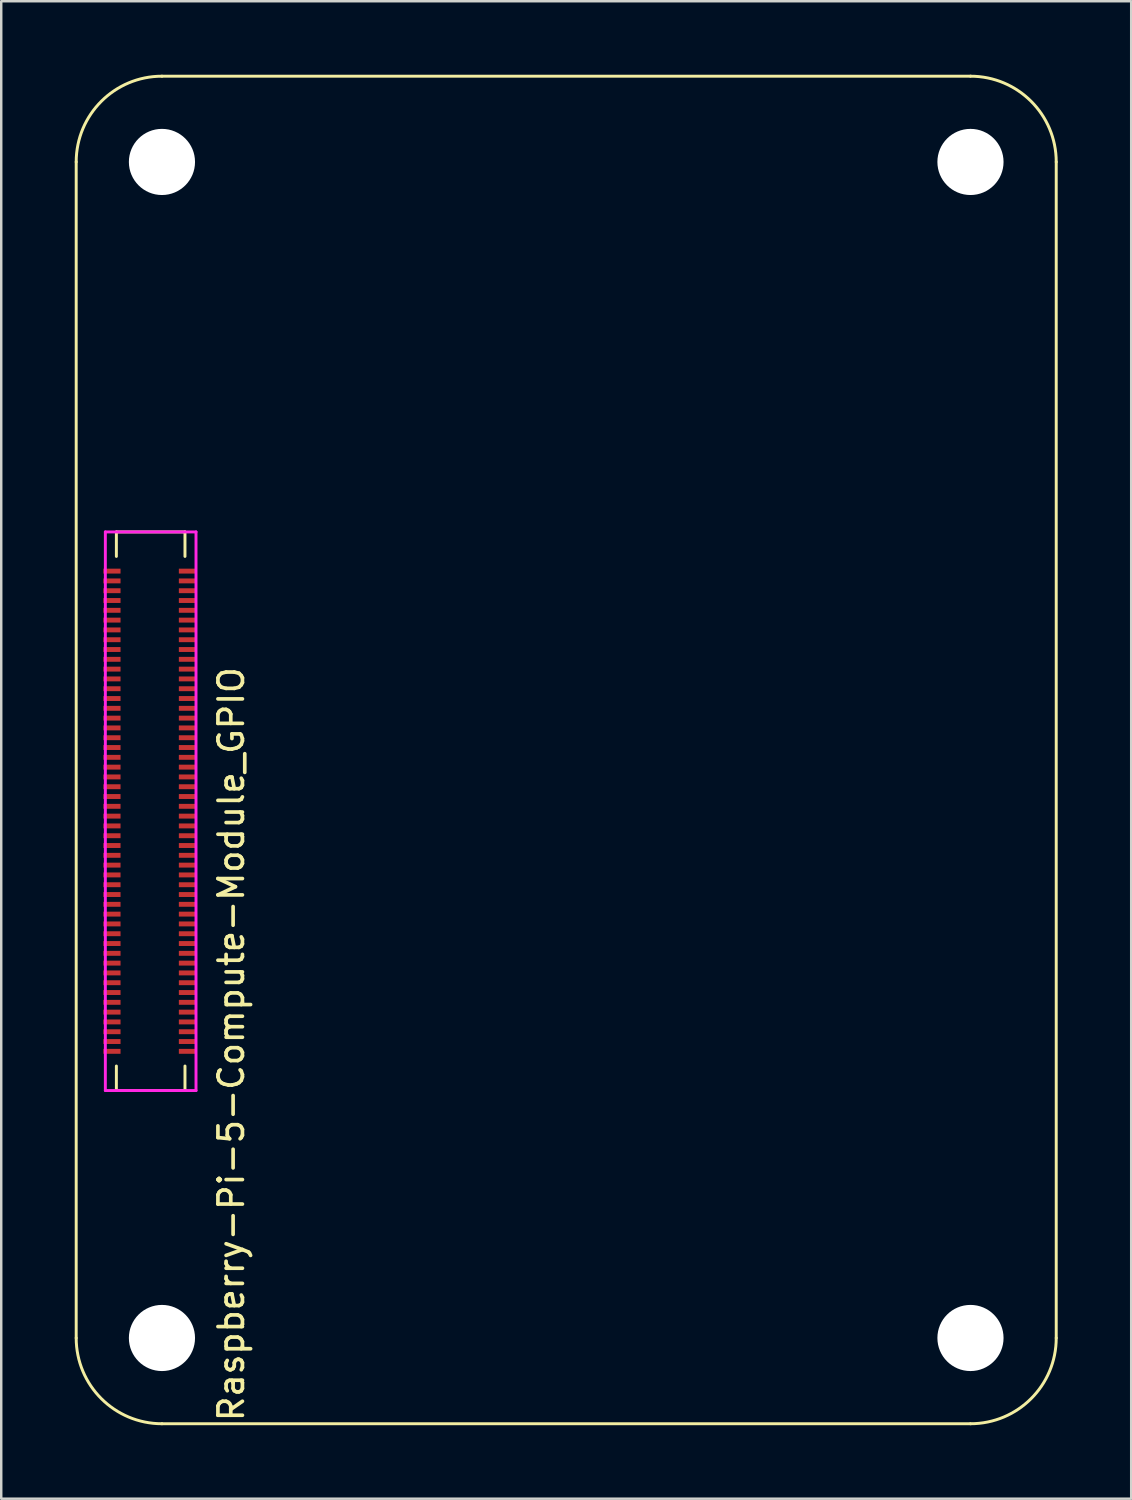
<source format=kicad_pcb>
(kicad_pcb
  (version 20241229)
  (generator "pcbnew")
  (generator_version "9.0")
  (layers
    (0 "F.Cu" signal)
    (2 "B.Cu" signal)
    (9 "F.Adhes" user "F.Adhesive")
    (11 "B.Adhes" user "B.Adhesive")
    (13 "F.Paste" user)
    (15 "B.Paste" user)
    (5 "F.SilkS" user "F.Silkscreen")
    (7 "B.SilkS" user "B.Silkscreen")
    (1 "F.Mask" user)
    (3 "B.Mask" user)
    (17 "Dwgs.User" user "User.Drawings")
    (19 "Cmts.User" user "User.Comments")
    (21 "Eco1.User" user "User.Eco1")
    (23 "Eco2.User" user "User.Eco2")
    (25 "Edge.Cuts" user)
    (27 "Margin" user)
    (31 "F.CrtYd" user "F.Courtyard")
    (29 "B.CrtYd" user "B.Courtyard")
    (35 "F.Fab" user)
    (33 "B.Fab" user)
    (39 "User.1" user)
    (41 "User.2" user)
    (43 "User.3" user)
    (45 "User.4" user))
  (footprint "Raspberry-Pi-5-Compute-Module_GPIO"
    (layer "F.Cu")
    (at 3.56 51.56)
    (property "Reference" "Raspberry-Pi-5-Compute-Module_GPIO" (at 2.83 -11.99 270) (layer "F.SilkS") (effects (font (size 1 1) (thickness 0.15))))
    (attr smd)
    (fp_line (start -3.5 -48) (end -3.5 0) (stroke (width 0.12) (type solid)) (layer "F.SilkS"))
    (fp_line (start -1.86 -32.9) (end -1.86 -31.9) (stroke (width 0.12) (type solid)) (layer "F.SilkS"))
    (fp_line (start -1.86 -32.9) (end 0.94 -32.9) (stroke (width 0.12) (type solid)) (layer "F.SilkS"))
    (fp_line (start -1.86 -10.1) (end -1.86 -11.1) (stroke (width 0.12) (type solid)) (layer "F.SilkS"))
    (fp_line (start -1.86 -10.1) (end 0.94 -10.1) (stroke (width 0.12) (type solid)) (layer "F.SilkS"))
    (fp_line (start 0 3.5) (end 33 3.5) (stroke (width 0.12) (type solid)) (layer "F.SilkS"))
    (fp_line (start 0.94 -32.9) (end 0.94 -31.9) (stroke (width 0.12) (type solid)) (layer "F.SilkS"))
    (fp_line (start 0.94 -10.1) (end 0.94 -11.1) (stroke (width 0.12) (type solid)) (layer "F.SilkS"))
    (fp_line (start 33 -51.5) (end 0 -51.5) (stroke (width 0.12) (type solid)) (layer "F.SilkS"))
    (fp_line (start 36.5 0) (end 36.5 -48) (stroke (width 0.12) (type solid)) (layer "F.SilkS"))
    (fp_arc (start -3.5 -48) (mid -2.474874 -50.474874) (end 0 -51.5) (stroke (width 0.12) (type solid)) (layer "F.SilkS"))
    (fp_arc (start 0 3.5) (mid -2.474874 2.474874) (end -3.5 0) (stroke (width 0.12) (type solid)) (layer "F.SilkS"))
    (fp_arc (start 33 -51.5) (mid 35.474874 -50.474874) (end 36.5 -48) (stroke (width 0.12) (type solid)) (layer "F.SilkS"))
    (fp_arc (start 36.5 0) (mid 35.474874 2.474874) (end 33 3.5) (stroke (width 0.12) (type solid)) (layer "F.SilkS"))
    (fp_line (start -2.31 -32.9) (end 1.39 -32.9) (stroke (width 0.12) (type solid)) (layer "F.CrtYd"))
    (fp_line (start -2.31 -10.1) (end -2.31 -32.9) (stroke (width 0.12) (type solid)) (layer "F.CrtYd"))
    (fp_line (start 1.39 -32.9) (end 1.39 -10.1) (stroke (width 0.12) (type solid)) (layer "F.CrtYd"))
    (fp_line (start 1.39 -10.1) (end -2.31 -10.1) (stroke (width 0.12) (type solid)) (layer "F.CrtYd"))
    (pad "" np_thru_hole circle (at 0 -48) (size 2.7 2.7) (drill 2.7) (layers "*.Cu" "*.Mask"))
    (pad "" np_thru_hole circle (at 0 0) (size 2.7 2.7) (drill 2.7) (layers "*.Cu" "*.Mask"))
    (pad "" np_thru_hole circle (at 33 -48) (size 2.7 2.7) (drill 2.7) (layers "*.Cu" "*.Mask"))
    (pad "" np_thru_hole circle (at 33 0) (size 2.7 2.7) (drill 2.7) (layers "*.Cu" "*.Mask"))
    (pad "1" smd rect (at -2.04 -31.3 270) (size 0.2 0.7) (layers "F.Cu" "F.Mask" "F.Paste"))
    (pad "2" smd rect (at 1.04 -31.3 270) (size 0.2 0.7) (layers "F.Cu" "F.Mask" "F.Paste"))
    (pad "3" smd rect (at -2.04 -30.9 270) (size 0.2 0.7) (layers "F.Cu" "F.Mask" "F.Paste"))
    (pad "4" smd rect (at 1.04 -30.9 270) (size 0.2 0.7) (layers "F.Cu" "F.Mask" "F.Paste"))
    (pad "5" smd rect (at -2.04 -30.5 270) (size 0.2 0.7) (layers "F.Cu" "F.Mask" "F.Paste"))
    (pad "6" smd rect (at 1.04 -30.5 270) (size 0.2 0.7) (layers "F.Cu" "F.Mask" "F.Paste"))
    (pad "7" smd rect (at -2.04 -30.1 270) (size 0.2 0.7) (layers "F.Cu" "F.Mask" "F.Paste"))
    (pad "8" smd rect (at 1.04 -30.1 270) (size 0.2 0.7) (layers "F.Cu" "F.Mask" "F.Paste"))
    (pad "9" smd rect (at -2.04 -29.7 270) (size 0.2 0.7) (layers "F.Cu" "F.Mask" "F.Paste"))
    (pad "10" smd rect (at 1.04 -29.7 270) (size 0.2 0.7) (layers "F.Cu" "F.Mask" "F.Paste"))
    (pad "11" smd rect (at -2.04 -29.3 270) (size 0.2 0.7) (layers "F.Cu" "F.Mask" "F.Paste"))
    (pad "12" smd rect (at 1.04 -29.3 270) (size 0.2 0.7) (layers "F.Cu" "F.Mask" "F.Paste"))
    (pad "13" smd rect (at -2.04 -28.9 270) (size 0.2 0.7) (layers "F.Cu" "F.Mask" "F.Paste"))
    (pad "14" smd rect (at 1.04 -28.9 270) (size 0.2 0.7) (layers "F.Cu" "F.Mask" "F.Paste"))
    (pad "15" smd rect (at -2.04 -28.5 270) (size 0.2 0.7) (layers "F.Cu" "F.Mask" "F.Paste"))
    (pad "16" smd rect (at 1.04 -28.5 270) (size 0.2 0.7) (layers "F.Cu" "F.Mask" "F.Paste"))
    (pad "17" smd rect (at -2.04 -28.1 270) (size 0.2 0.7) (layers "F.Cu" "F.Mask" "F.Paste"))
    (pad "18" smd rect (at 1.04 -28.1 270) (size 0.2 0.7) (layers "F.Cu" "F.Mask" "F.Paste"))
    (pad "19" smd rect (at -2.04 -27.7 270) (size 0.2 0.7) (layers "F.Cu" "F.Mask" "F.Paste"))
    (pad "20" smd rect (at 1.04 -27.7 270) (size 0.2 0.7) (layers "F.Cu" "F.Mask" "F.Paste"))
    (pad "21" smd rect (at -2.04 -27.3 270) (size 0.2 0.7) (layers "F.Cu" "F.Mask" "F.Paste"))
    (pad "22" smd rect (at 1.04 -27.3 270) (size 0.2 0.7) (layers "F.Cu" "F.Mask" "F.Paste"))
    (pad "23" smd rect (at -2.04 -26.9 270) (size 0.2 0.7) (layers "F.Cu" "F.Mask" "F.Paste"))
    (pad "24" smd rect (at 1.04 -26.9 270) (size 0.2 0.7) (layers "F.Cu" "F.Mask" "F.Paste"))
    (pad "25" smd rect (at -2.04 -26.5 270) (size 0.2 0.7) (layers "F.Cu" "F.Mask" "F.Paste"))
    (pad "26" smd rect (at 1.04 -26.5 270) (size 0.2 0.7) (layers "F.Cu" "F.Mask" "F.Paste"))
    (pad "27" smd rect (at -2.04 -26.1 270) (size 0.2 0.7) (layers "F.Cu" "F.Mask" "F.Paste"))
    (pad "28" smd rect (at 1.04 -26.1 270) (size 0.2 0.7) (layers "F.Cu" "F.Mask" "F.Paste"))
    (pad "29" smd rect (at -2.04 -25.7 270) (size 0.2 0.7) (layers "F.Cu" "F.Mask" "F.Paste"))
    (pad "30" smd rect (at 1.04 -25.7 270) (size 0.2 0.7) (layers "F.Cu" "F.Mask" "F.Paste"))
    (pad "31" smd rect (at -2.04 -25.3 270) (size 0.2 0.7) (layers "F.Cu" "F.Mask" "F.Paste"))
    (pad "32" smd rect (at 1.04 -25.3 270) (size 0.2 0.7) (layers "F.Cu" "F.Mask" "F.Paste"))
    (pad "33" smd rect (at -2.04 -24.9 270) (size 0.2 0.7) (layers "F.Cu" "F.Mask" "F.Paste"))
    (pad "34" smd rect (at 1.04 -24.9 270) (size 0.2 0.7) (layers "F.Cu" "F.Mask" "F.Paste"))
    (pad "35" smd rect (at -2.04 -24.5 270) (size 0.2 0.7) (layers "F.Cu" "F.Mask" "F.Paste"))
    (pad "36" smd rect (at 1.04 -24.5 270) (size 0.2 0.7) (layers "F.Cu" "F.Mask" "F.Paste"))
    (pad "37" smd rect (at -2.04 -24.1 270) (size 0.2 0.7) (layers "F.Cu" "F.Mask" "F.Paste"))
    (pad "38" smd rect (at 1.04 -24.1 270) (size 0.2 0.7) (layers "F.Cu" "F.Mask" "F.Paste"))
    (pad "39" smd rect (at -2.04 -23.7 270) (size 0.2 0.7) (layers "F.Cu" "F.Mask" "F.Paste"))
    (pad "40" smd rect (at 1.04 -23.7 270) (size 0.2 0.7) (layers "F.Cu" "F.Mask" "F.Paste"))
    (pad "41" smd rect (at -2.04 -23.3 270) (size 0.2 0.7) (layers "F.Cu" "F.Mask" "F.Paste"))
    (pad "42" smd rect (at 1.04 -23.3 270) (size 0.2 0.7) (layers "F.Cu" "F.Mask" "F.Paste"))
    (pad "43" smd rect (at -2.04 -22.9 270) (size 0.2 0.7) (layers "F.Cu" "F.Mask" "F.Paste"))
    (pad "44" smd rect (at 1.04 -22.9 270) (size 0.2 0.7) (layers "F.Cu" "F.Mask" "F.Paste"))
    (pad "45" smd rect (at -2.04 -22.5 270) (size 0.2 0.7) (layers "F.Cu" "F.Mask" "F.Paste"))
    (pad "46" smd rect (at 1.04 -22.5 270) (size 0.2 0.7) (layers "F.Cu" "F.Mask" "F.Paste"))
    (pad "47" smd rect (at -2.04 -22.1 270) (size 0.2 0.7) (layers "F.Cu" "F.Mask" "F.Paste"))
    (pad "48" smd rect (at 1.04 -22.1 270) (size 0.2 0.7) (layers "F.Cu" "F.Mask" "F.Paste"))
    (pad "49" smd rect (at -2.04 -21.7 270) (size 0.2 0.7) (layers "F.Cu" "F.Mask" "F.Paste"))
    (pad "50" smd rect (at 1.04 -21.7 270) (size 0.2 0.7) (layers "F.Cu" "F.Mask" "F.Paste"))
    (pad "51" smd rect (at -2.04 -21.3 270) (size 0.2 0.7) (layers "F.Cu" "F.Mask" "F.Paste"))
    (pad "52" smd rect (at 1.04 -21.3 270) (size 0.2 0.7) (layers "F.Cu" "F.Mask" "F.Paste"))
    (pad "53" smd rect (at -2.04 -20.9 270) (size 0.2 0.7) (layers "F.Cu" "F.Mask" "F.Paste"))
    (pad "54" smd rect (at 1.04 -20.9 270) (size 0.2 0.7) (layers "F.Cu" "F.Mask" "F.Paste"))
    (pad "55" smd rect (at -2.04 -20.5 270) (size 0.2 0.7) (layers "F.Cu" "F.Mask" "F.Paste"))
    (pad "56" smd rect (at 1.04 -20.5 270) (size 0.2 0.7) (layers "F.Cu" "F.Mask" "F.Paste"))
    (pad "57" smd rect (at -2.04 -20.1 270) (size 0.2 0.7) (layers "F.Cu" "F.Mask" "F.Paste"))
    (pad "58" smd rect (at 1.04 -20.1 270) (size 0.2 0.7) (layers "F.Cu" "F.Mask" "F.Paste"))
    (pad "59" smd rect (at -2.04 -19.7 270) (size 0.2 0.7) (layers "F.Cu" "F.Mask" "F.Paste"))
    (pad "60" smd rect (at 1.04 -19.7 270) (size 0.2 0.7) (layers "F.Cu" "F.Mask" "F.Paste"))
    (pad "61" smd rect (at -2.04 -19.3 270) (size 0.2 0.7) (layers "F.Cu" "F.Mask" "F.Paste"))
    (pad "62" smd rect (at 1.04 -19.3 270) (size 0.2 0.7) (layers "F.Cu" "F.Mask" "F.Paste"))
    (pad "63" smd rect (at -2.04 -18.9 270) (size 0.2 0.7) (layers "F.Cu" "F.Mask" "F.Paste"))
    (pad "64" smd rect (at 1.04 -18.9 270) (size 0.2 0.7) (layers "F.Cu" "F.Mask" "F.Paste"))
    (pad "65" smd rect (at -2.04 -18.5 270) (size 0.2 0.7) (layers "F.Cu" "F.Mask" "F.Paste"))
    (pad "66" smd rect (at 1.04 -18.5 270) (size 0.2 0.7) (layers "F.Cu" "F.Mask" "F.Paste"))
    (pad "67" smd rect (at -2.04 -18.1 270) (size 0.2 0.7) (layers "F.Cu" "F.Mask" "F.Paste"))
    (pad "68" smd rect (at 1.04 -18.1 270) (size 0.2 0.7) (layers "F.Cu" "F.Mask" "F.Paste"))
    (pad "69" smd rect (at -2.04 -17.7 270) (size 0.2 0.7) (layers "F.Cu" "F.Mask" "F.Paste"))
    (pad "70" smd rect (at 1.04 -17.7 270) (size 0.2 0.7) (layers "F.Cu" "F.Mask" "F.Paste"))
    (pad "71" smd rect (at -2.04 -17.3 270) (size 0.2 0.7) (layers "F.Cu" "F.Mask" "F.Paste"))
    (pad "72" smd rect (at 1.04 -17.3 270) (size 0.2 0.7) (layers "F.Cu" "F.Mask" "F.Paste"))
    (pad "73" smd rect (at -2.04 -16.9 270) (size 0.2 0.7) (layers "F.Cu" "F.Mask" "F.Paste"))
    (pad "74" smd rect (at 1.04 -16.9 270) (size 0.2 0.7) (layers "F.Cu" "F.Mask" "F.Paste"))
    (pad "75" smd rect (at -2.04 -16.5 270) (size 0.2 0.7) (layers "F.Cu" "F.Mask" "F.Paste"))
    (pad "76" smd rect (at 1.04 -16.5 270) (size 0.2 0.7) (layers "F.Cu" "F.Mask" "F.Paste"))
    (pad "77" smd rect (at -2.04 -16.1 270) (size 0.2 0.7) (layers "F.Cu" "F.Mask" "F.Paste"))
    (pad "78" smd rect (at 1.04 -16.1 270) (size 0.2 0.7) (layers "F.Cu" "F.Mask" "F.Paste"))
    (pad "79" smd rect (at -2.04 -15.7 270) (size 0.2 0.7) (layers "F.Cu" "F.Mask" "F.Paste"))
    (pad "80" smd rect (at 1.04 -15.7 270) (size 0.2 0.7) (layers "F.Cu" "F.Mask" "F.Paste"))
    (pad "81" smd rect (at -2.04 -15.3 270) (size 0.2 0.7) (layers "F.Cu" "F.Mask" "F.Paste"))
    (pad "82" smd rect (at 1.04 -15.3 270) (size 0.2 0.7) (layers "F.Cu" "F.Mask" "F.Paste"))
    (pad "83" smd rect (at -2.04 -14.9 270) (size 0.2 0.7) (layers "F.Cu" "F.Mask" "F.Paste"))
    (pad "84" smd rect (at 1.04 -14.9 270) (size 0.2 0.7) (layers "F.Cu" "F.Mask" "F.Paste"))
    (pad "85" smd rect (at -2.04 -14.5 270) (size 0.2 0.7) (layers "F.Cu" "F.Mask" "F.Paste"))
    (pad "86" smd rect (at 1.04 -14.5 270) (size 0.2 0.7) (layers "F.Cu" "F.Mask" "F.Paste"))
    (pad "87" smd rect (at -2.04 -14.1 270) (size 0.2 0.7) (layers "F.Cu" "F.Mask" "F.Paste"))
    (pad "88" smd rect (at 1.04 -14.1 270) (size 0.2 0.7) (layers "F.Cu" "F.Mask" "F.Paste"))
    (pad "89" smd rect (at -2.04 -13.7 270) (size 0.2 0.7) (layers "F.Cu" "F.Mask" "F.Paste"))
    (pad "90" smd rect (at 1.04 -13.7 270) (size 0.2 0.7) (layers "F.Cu" "F.Mask" "F.Paste"))
    (pad "91" smd rect (at -2.04 -13.3 270) (size 0.2 0.7) (layers "F.Cu" "F.Mask" "F.Paste"))
    (pad "92" smd rect (at 1.04 -13.3 270) (size 0.2 0.7) (layers "F.Cu" "F.Mask" "F.Paste"))
    (pad "93" smd rect (at -2.04 -12.9 270) (size 0.2 0.7) (layers "F.Cu" "F.Mask" "F.Paste"))
    (pad "94" smd rect (at 1.04 -12.9 270) (size 0.2 0.7) (layers "F.Cu" "F.Mask" "F.Paste"))
    (pad "95" smd rect (at -2.04 -12.5 270) (size 0.2 0.7) (layers "F.Cu" "F.Mask" "F.Paste"))
    (pad "96" smd rect (at 1.04 -12.5 270) (size 0.2 0.7) (layers "F.Cu" "F.Mask" "F.Paste"))
    (pad "97" smd rect (at -2.04 -12.1 270) (size 0.2 0.7) (layers "F.Cu" "F.Mask" "F.Paste"))
    (pad "98" smd rect (at 1.04 -12.1 270) (size 0.2 0.7) (layers "F.Cu" "F.Mask" "F.Paste"))
    (pad "99" smd rect (at -2.04 -11.7 270) (size 0.2 0.7) (layers "F.Cu" "F.Mask" "F.Paste"))
    (pad "100" smd rect (at 1.04 -11.7 270) (size 0.2 0.7) (layers "F.Cu" "F.Mask" "F.Paste")))
  (gr_rect
    (start -3 -3)
    (end 43.12 58.12)
    (stroke (width 0.1) (type default))
    (fill no)
    (layer "Edge.Cuts")))
</source>
